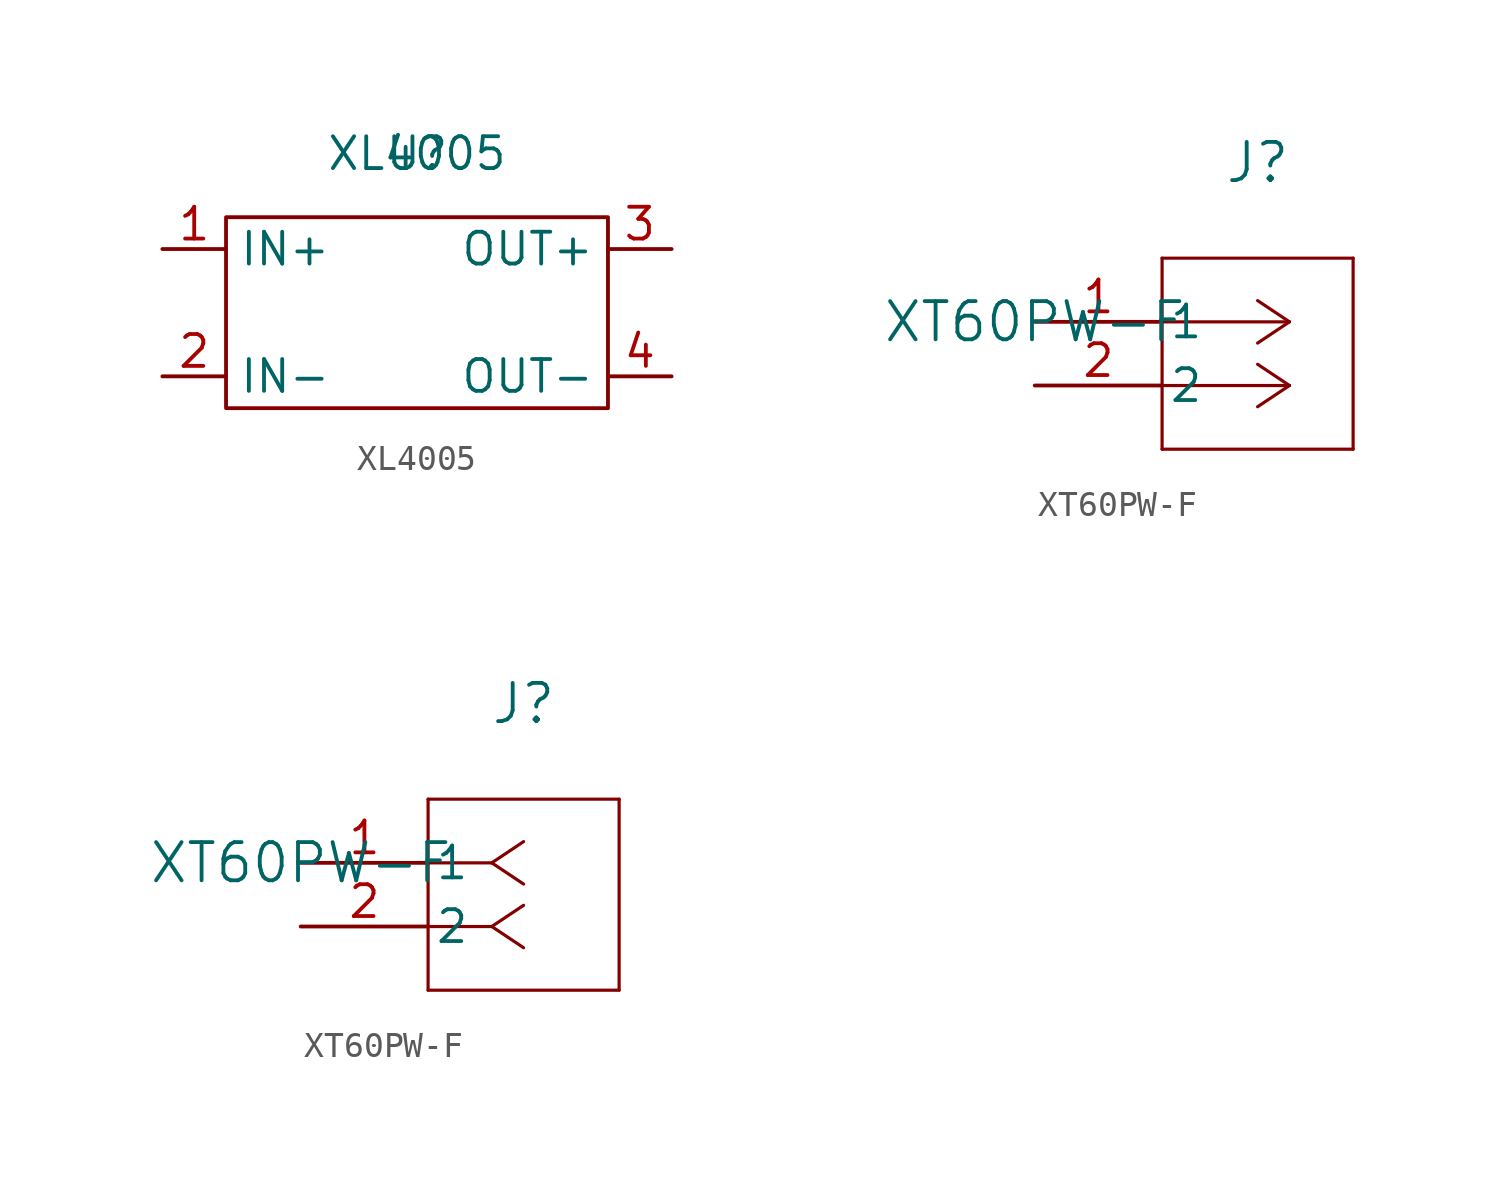
<source format=kicad_sym>
(kicad_symbol_lib
  (version 20211014)
  (generator kicad_symbol_editor)
  (symbol "XL4005"
    (property "Reference" "U"
      (at 0 0 0)
      (effects (font (size 1.27 1.27))))
    (property "Value" "XL4005"
      (at 0 0 0)
      (effects (font (size 1.27 1.27))))
    (symbol "XL4005_0_1"
      (rectangle (start -7.62 -2.54) (end 7.62 -10.16) (stroke (width 0) (type default) (color 0 0 0 0)) (fill (type none))))
    (symbol "XL4005_1_1"
      (pin passive line (at -10.16 -3.81 0) (length 2.54) (name "IN+" (effects (font (size 1.27 1.27)))) (number "1" (effects (font (size 1.27 1.27)))))
      (pin power_in line (at -10.16 -8.89 0) (length 2.54) (name "IN-" (effects (font (size 1.27 1.27)))) (number "2" (effects (font (size 1.27 1.27)))))
      (pin power_out line (at 10.16 -3.81 180) (length 2.54) (name "OUT+" (effects (font (size 1.27 1.27)))) (number "3" (effects (font (size 1.27 1.27)))))
      (pin passive line (at 10.16 -8.89 180) (length 2.54) (name "OUT-" (effects (font (size 1.27 1.27)))) (number "4" (effects (font (size 1.27 1.27)))))))
  (symbol "XT60PW-F"
    (pin_names
      (offset 0.254))
    (property "Reference" "J"
      (at 8.89 6.35 0)
      (effects (font (size 1.524 1.524))))
    (property "Value" "XT60PW-F"
      (at 0 0 0)
      (effects (font (size 1.524 1.524))))
    (property "ki_locked" ""
      (at 0 0 0)
      (effects (font (size 1.27 1.27))))
    (symbol "XT60PW-F_1_1"
      (polyline (pts (xy 5.08 -5.08) (xy 12.7 -5.08)) (stroke (width 0.127) (type default) (color 0 0 0 0)) (fill (type none)))
      (polyline (pts (xy 5.08 2.54) (xy 5.08 -5.08)) (stroke (width 0.127) (type default) (color 0 0 0 0)) (fill (type none)))
      (polyline (pts (xy 10.16 -2.54) (xy 5.08 -2.54)) (stroke (width 0.127) (type default) (color 0 0 0 0)) (fill (type none)))
      (polyline (pts (xy 10.16 -2.54) (xy 8.89 -3.387)) (stroke (width 0.127) (type default) (color 0 0 0 0)) (fill (type none)))
      (polyline (pts (xy 10.16 -2.54) (xy 8.89 -1.693)) (stroke (width 0.127) (type default) (color 0 0 0 0)) (fill (type none)))
      (polyline (pts (xy 10.16 0) (xy 5.08 0)) (stroke (width 0.127) (type default) (color 0 0 0 0)) (fill (type none)))
      (polyline (pts (xy 10.16 0) (xy 8.89 -0.847)) (stroke (width 0.127) (type default) (color 0 0 0 0)) (fill (type none)))
      (polyline (pts (xy 10.16 0) (xy 8.89 0.847)) (stroke (width 0.127) (type default) (color 0 0 0 0)) (fill (type none)))
      (polyline (pts (xy 12.7 -5.08) (xy 12.7 2.54)) (stroke (width 0.127) (type default) (color 0 0 0 0)) (fill (type none)))
      (polyline (pts (xy 12.7 2.54) (xy 5.08 2.54)) (stroke (width 0.127) (type default) (color 0 0 0 0)) (fill (type none)))
      (pin unspecified line (at 0 0 0) (length 5.08) (name "1" (effects (font (size 1.27 1.27)))) (number "1" (effects (font (size 1.27 1.27)))))
      (pin unspecified line (at 0 -2.54 0) (length 5.08) (name "2" (effects (font (size 1.27 1.27)))) (number "2" (effects (font (size 1.27 1.27))))))
    (symbol "XT60PW-F_1_2"
      (polyline (pts (xy 5.08 -5.08) (xy 12.7 -5.08)) (stroke (width 0.127) (type default) (color 0 0 0 0)) (fill (type none)))
      (polyline (pts (xy 5.08 2.54) (xy 5.08 -5.08)) (stroke (width 0.127) (type default) (color 0 0 0 0)) (fill (type none)))
      (polyline (pts (xy 7.62 -2.54) (xy 5.08 -2.54)) (stroke (width 0.127) (type default) (color 0 0 0 0)) (fill (type none)))
      (polyline (pts (xy 7.62 -2.54) (xy 8.89 -3.387)) (stroke (width 0.127) (type default) (color 0 0 0 0)) (fill (type none)))
      (polyline (pts (xy 7.62 -2.54) (xy 8.89 -1.693)) (stroke (width 0.127) (type default) (color 0 0 0 0)) (fill (type none)))
      (polyline (pts (xy 7.62 0) (xy 5.08 0)) (stroke (width 0.127) (type default) (color 0 0 0 0)) (fill (type none)))
      (polyline (pts (xy 7.62 0) (xy 8.89 -0.847)) (stroke (width 0.127) (type default) (color 0 0 0 0)) (fill (type none)))
      (polyline (pts (xy 7.62 0) (xy 8.89 0.847)) (stroke (width 0.127) (type default) (color 0 0 0 0)) (fill (type none)))
      (polyline (pts (xy 12.7 -5.08) (xy 12.7 2.54)) (stroke (width 0.127) (type default) (color 0 0 0 0)) (fill (type none)))
      (polyline (pts (xy 12.7 2.54) (xy 5.08 2.54)) (stroke (width 0.127) (type default) (color 0 0 0 0)) (fill (type none)))
      (pin unspecified line (at 0 0 0) (length 5.08) (name "1" (effects (font (size 1.27 1.27)))) (number "1" (effects (font (size 1.27 1.27)))))
      (pin unspecified line (at 0 -2.54 0) (length 5.08) (name "2" (effects (font (size 1.27 1.27)))) (number "2" (effects (font (size 1.27 1.27))))))))
</source>
